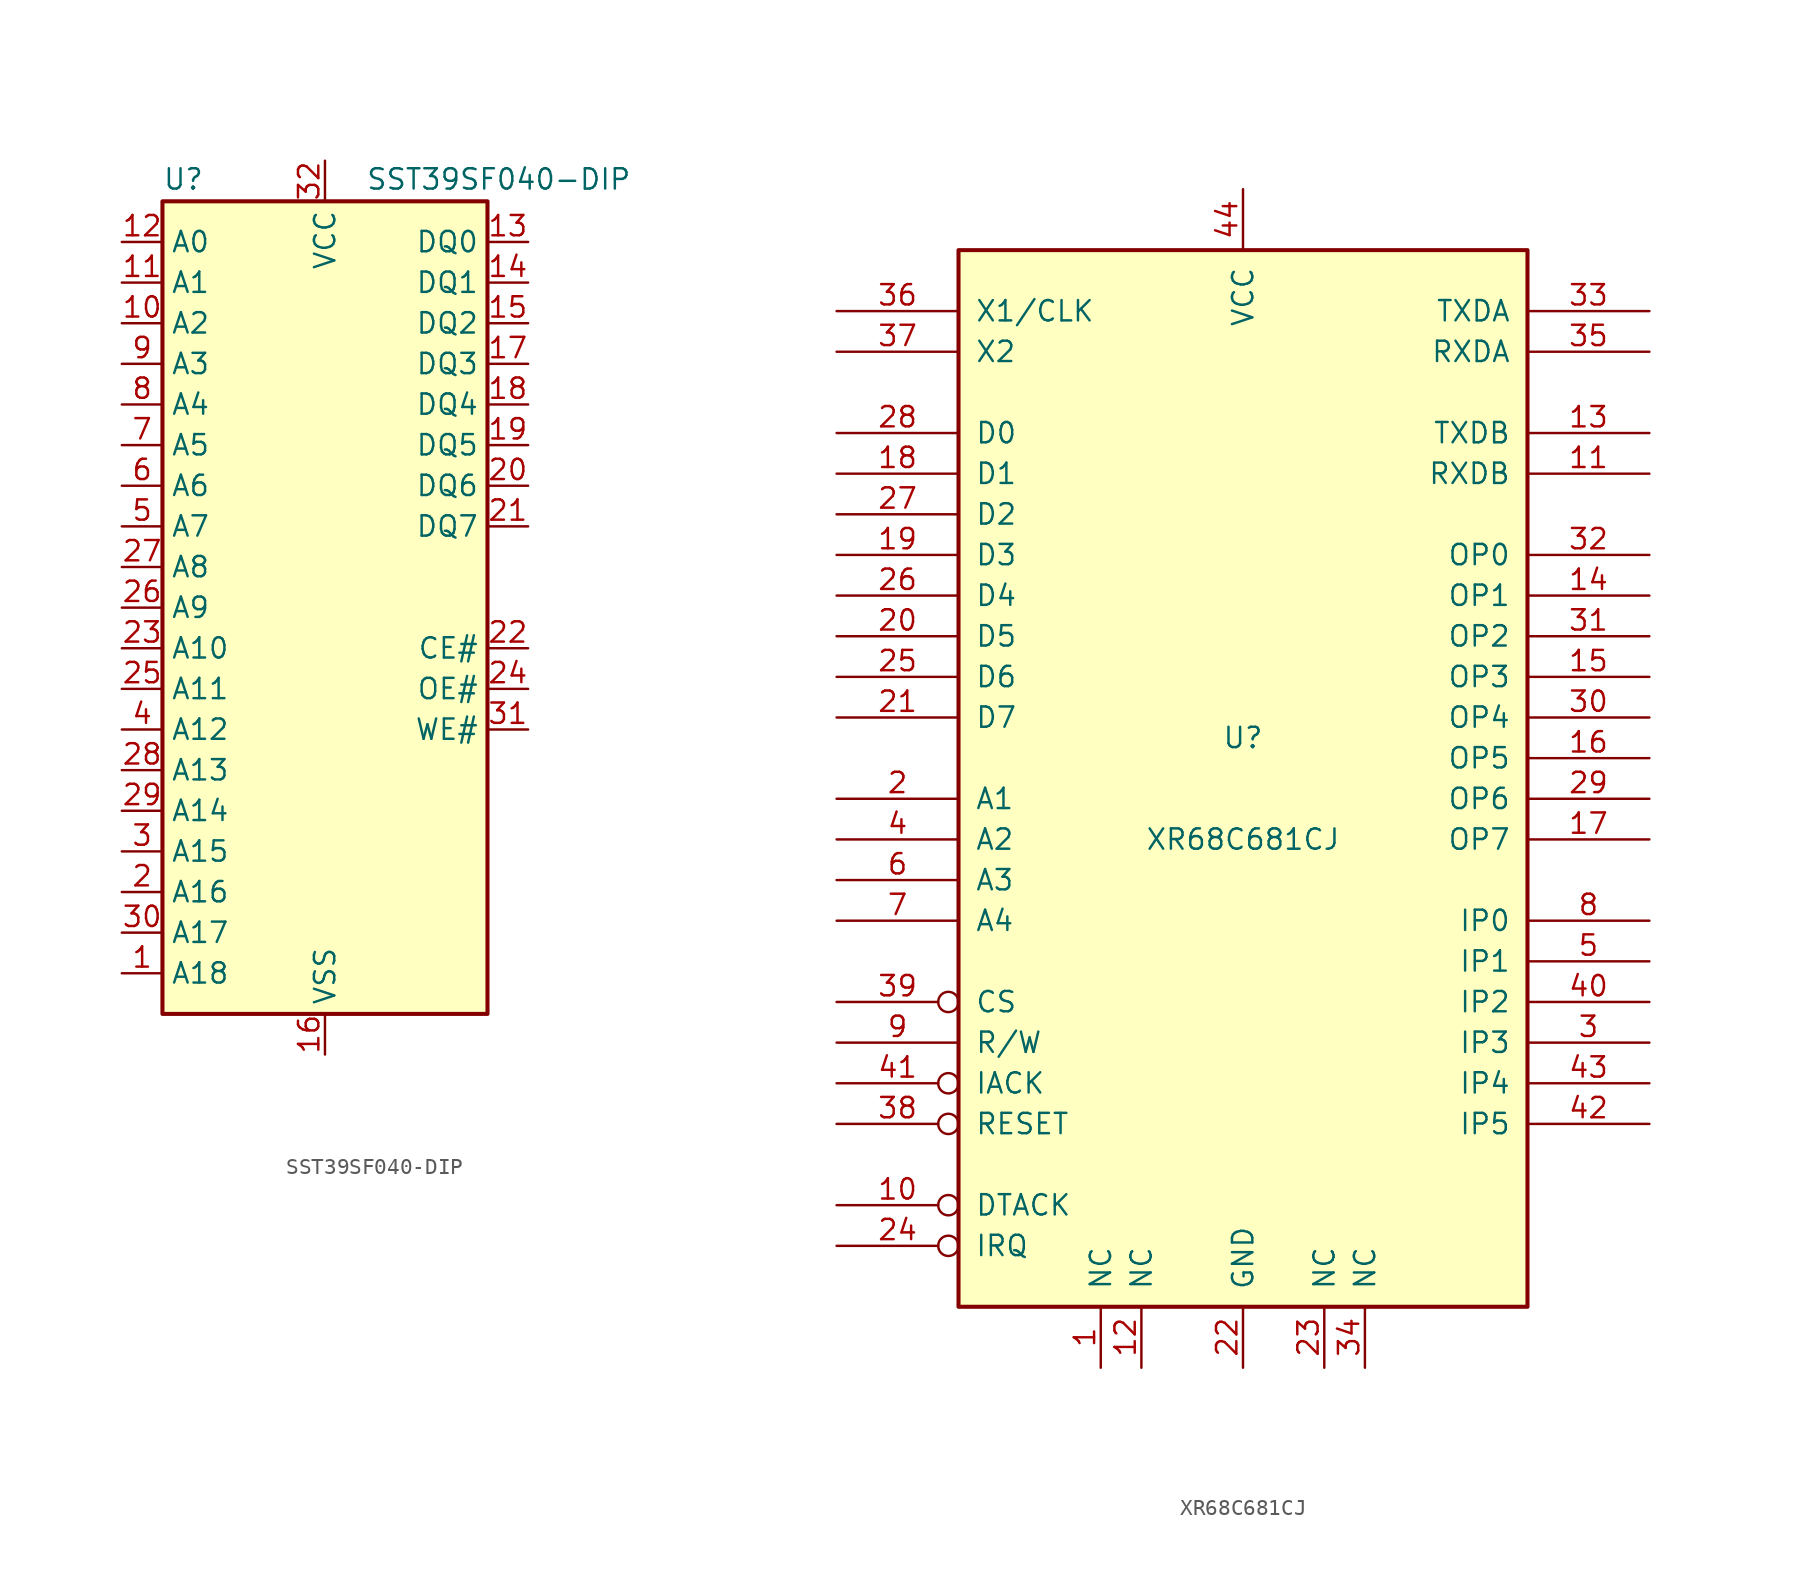
<source format=kicad_sym>
(kicad_symbol_lib
  (version 20211014)
  (generator kicad_symbol_editor)
  (symbol "SST39SF040-DIP"
    (property "Reference" "U"
      (at -10.16 26.035 0)
      (effects (font (size 1.27 1.27)) (justify left bottom)))
    (property "Value" "SST39SF040-DIP"
      (at 2.54 26.035 0)
      (effects (font (size 1.27 1.27)) (justify left bottom)))
    (symbol "SST39SF040-DIP_0_0"
      (pin power_in line (at 0 -27.94 90) (length 2.54) (name "VSS" (effects (font (size 1.27 1.27)))) (number "16" (effects (font (size 1.27 1.27)))))
      (pin power_in line (at 0 27.94 270) (length 2.54) (name "VCC" (effects (font (size 1.27 1.27)))) (number "32" (effects (font (size 1.27 1.27))))))
    (symbol "SST39SF040-DIP_0_1"
      (rectangle (start -10.16 25.4) (end 10.16 -25.4) (stroke (width 0.254) (type default) (color 0 0 0 0)) (fill (type background))))
    (symbol "SST39SF040-DIP_1_1"
      (pin input line (at -12.7 -22.86 0) (length 2.54) (name "A18" (effects (font (size 1.27 1.27)))) (number "1" (effects (font (size 1.27 1.27)))))
      (pin input line (at -12.7 17.78 0) (length 2.54) (name "A2" (effects (font (size 1.27 1.27)))) (number "10" (effects (font (size 1.27 1.27)))))
      (pin input line (at -12.7 20.32 0) (length 2.54) (name "A1" (effects (font (size 1.27 1.27)))) (number "11" (effects (font (size 1.27 1.27)))))
      (pin input line (at -12.7 22.86 0) (length 2.54) (name "A0" (effects (font (size 1.27 1.27)))) (number "12" (effects (font (size 1.27 1.27)))))
      (pin tri_state line (at 12.7 22.86 180) (length 2.54) (name "DQ0" (effects (font (size 1.27 1.27)))) (number "13" (effects (font (size 1.27 1.27)))))
      (pin tri_state line (at 12.7 20.32 180) (length 2.54) (name "DQ1" (effects (font (size 1.27 1.27)))) (number "14" (effects (font (size 1.27 1.27)))))
      (pin tri_state line (at 12.7 17.78 180) (length 2.54) (name "DQ2" (effects (font (size 1.27 1.27)))) (number "15" (effects (font (size 1.27 1.27)))))
      (pin tri_state line (at 12.7 15.24 180) (length 2.54) (name "DQ3" (effects (font (size 1.27 1.27)))) (number "17" (effects (font (size 1.27 1.27)))))
      (pin tri_state line (at 12.7 12.7 180) (length 2.54) (name "DQ4" (effects (font (size 1.27 1.27)))) (number "18" (effects (font (size 1.27 1.27)))))
      (pin tri_state line (at 12.7 10.16 180) (length 2.54) (name "DQ5" (effects (font (size 1.27 1.27)))) (number "19" (effects (font (size 1.27 1.27)))))
      (pin input line (at -12.7 -17.78 0) (length 2.54) (name "A16" (effects (font (size 1.27 1.27)))) (number "2" (effects (font (size 1.27 1.27)))))
      (pin tri_state line (at 12.7 7.62 180) (length 2.54) (name "DQ6" (effects (font (size 1.27 1.27)))) (number "20" (effects (font (size 1.27 1.27)))))
      (pin tri_state line (at 12.7 5.08 180) (length 2.54) (name "DQ7" (effects (font (size 1.27 1.27)))) (number "21" (effects (font (size 1.27 1.27)))))
      (pin input line (at 12.7 -2.54 180) (length 2.54) (name "CE#" (effects (font (size 1.27 1.27)))) (number "22" (effects (font (size 1.27 1.27)))))
      (pin input line (at -12.7 -2.54 0) (length 2.54) (name "A10" (effects (font (size 1.27 1.27)))) (number "23" (effects (font (size 1.27 1.27)))))
      (pin input line (at 12.7 -5.08 180) (length 2.54) (name "OE#" (effects (font (size 1.27 1.27)))) (number "24" (effects (font (size 1.27 1.27)))))
      (pin input line (at -12.7 -5.08 0) (length 2.54) (name "A11" (effects (font (size 1.27 1.27)))) (number "25" (effects (font (size 1.27 1.27)))))
      (pin input line (at -12.7 0 0) (length 2.54) (name "A9" (effects (font (size 1.27 1.27)))) (number "26" (effects (font (size 1.27 1.27)))))
      (pin input line (at -12.7 2.54 0) (length 2.54) (name "A8" (effects (font (size 1.27 1.27)))) (number "27" (effects (font (size 1.27 1.27)))))
      (pin input line (at -12.7 -10.16 0) (length 2.54) (name "A13" (effects (font (size 1.27 1.27)))) (number "28" (effects (font (size 1.27 1.27)))))
      (pin input line (at -12.7 -12.7 0) (length 2.54) (name "A14" (effects (font (size 1.27 1.27)))) (number "29" (effects (font (size 1.27 1.27)))))
      (pin input line (at -12.7 -15.24 0) (length 2.54) (name "A15" (effects (font (size 1.27 1.27)))) (number "3" (effects (font (size 1.27 1.27)))))
      (pin input line (at -12.7 -20.32 0) (length 2.54) (name "A17" (effects (font (size 1.27 1.27)))) (number "30" (effects (font (size 1.27 1.27)))))
      (pin input line (at 12.7 -7.62 180) (length 2.54) (name "WE#" (effects (font (size 1.27 1.27)))) (number "31" (effects (font (size 1.27 1.27)))))
      (pin input line (at -12.7 -7.62 0) (length 2.54) (name "A12" (effects (font (size 1.27 1.27)))) (number "4" (effects (font (size 1.27 1.27)))))
      (pin input line (at -12.7 5.08 0) (length 2.54) (name "A7" (effects (font (size 1.27 1.27)))) (number "5" (effects (font (size 1.27 1.27)))))
      (pin input line (at -12.7 7.62 0) (length 2.54) (name "A6" (effects (font (size 1.27 1.27)))) (number "6" (effects (font (size 1.27 1.27)))))
      (pin input line (at -12.7 10.16 0) (length 2.54) (name "A5" (effects (font (size 1.27 1.27)))) (number "7" (effects (font (size 1.27 1.27)))))
      (pin input line (at -12.7 12.7 0) (length 2.54) (name "A4" (effects (font (size 1.27 1.27)))) (number "8" (effects (font (size 1.27 1.27)))))
      (pin input line (at -12.7 15.24 0) (length 2.54) (name "A3" (effects (font (size 1.27 1.27)))) (number "9" (effects (font (size 1.27 1.27)))))))
  (symbol "XR68C681CJ"
    (pin_names
      (offset 1.016))
    (property "Reference" "U"
      (at 0 3.81 0)
      (effects (font (size 1.27 1.27))))
    (property "Value" "XR68C681CJ"
      (at 0 -2.54 0)
      (effects (font (size 1.27 1.27))))
    (symbol "XR68C681CJ_0_1"
      (rectangle (start -17.78 -31.75) (end 17.78 34.29) (stroke (width 0.254) (type default) (color 0 0 0 0)) (fill (type background))))
    (symbol "XR68C681CJ_1_1"
      (pin input line (at -8.89 -35.56 90) (length 3.81) (name "NC" (effects (font (size 1.27 1.27)))) (number "1" (effects (font (size 1.27 1.27)))))
      (pin output inverted (at -25.4 -25.4 0) (length 7.62) (name "DTACK" (effects (font (size 1.27 1.27)))) (number "10" (effects (font (size 1.27 1.27)))))
      (pin input line (at 25.4 20.32 180) (length 7.62) (name "RXDB" (effects (font (size 1.27 1.27)))) (number "11" (effects (font (size 1.27 1.27)))))
      (pin input line (at -6.35 -35.56 90) (length 3.81) (name "NC" (effects (font (size 1.27 1.27)))) (number "12" (effects (font (size 1.27 1.27)))))
      (pin output line (at 25.4 22.86 180) (length 7.62) (name "TXDB" (effects (font (size 1.27 1.27)))) (number "13" (effects (font (size 1.27 1.27)))))
      (pin output line (at 25.4 12.7 180) (length 7.62) (name "OP1" (effects (font (size 1.27 1.27)))) (number "14" (effects (font (size 1.27 1.27)))))
      (pin output line (at 25.4 7.62 180) (length 7.62) (name "OP3" (effects (font (size 1.27 1.27)))) (number "15" (effects (font (size 1.27 1.27)))))
      (pin output line (at 25.4 2.54 180) (length 7.62) (name "OP5" (effects (font (size 1.27 1.27)))) (number "16" (effects (font (size 1.27 1.27)))))
      (pin output line (at 25.4 -2.54 180) (length 7.62) (name "OP7" (effects (font (size 1.27 1.27)))) (number "17" (effects (font (size 1.27 1.27)))))
      (pin tri_state line (at -25.4 20.32 0) (length 7.62) (name "D1" (effects (font (size 1.27 1.27)))) (number "18" (effects (font (size 1.27 1.27)))))
      (pin tri_state line (at -25.4 15.24 0) (length 7.62) (name "D3" (effects (font (size 1.27 1.27)))) (number "19" (effects (font (size 1.27 1.27)))))
      (pin input line (at -25.4 0 0) (length 7.62) (name "A1" (effects (font (size 1.27 1.27)))) (number "2" (effects (font (size 1.27 1.27)))))
      (pin tri_state line (at -25.4 10.16 0) (length 7.62) (name "D5" (effects (font (size 1.27 1.27)))) (number "20" (effects (font (size 1.27 1.27)))))
      (pin tri_state line (at -25.4 5.08 0) (length 7.62) (name "D7" (effects (font (size 1.27 1.27)))) (number "21" (effects (font (size 1.27 1.27)))))
      (pin power_in line (at 0 -35.56 90) (length 3.81) (name "GND" (effects (font (size 1.27 1.27)))) (number "22" (effects (font (size 1.27 1.27)))))
      (pin input line (at 5.08 -35.56 90) (length 3.81) (name "NC" (effects (font (size 1.27 1.27)))) (number "23" (effects (font (size 1.27 1.27)))))
      (pin open_collector inverted (at -25.4 -27.94 0) (length 7.62) (name "IRQ" (effects (font (size 1.27 1.27)))) (number "24" (effects (font (size 1.27 1.27)))))
      (pin tri_state line (at -25.4 7.62 0) (length 7.62) (name "D6" (effects (font (size 1.27 1.27)))) (number "25" (effects (font (size 1.27 1.27)))))
      (pin tri_state line (at -25.4 12.7 0) (length 7.62) (name "D4" (effects (font (size 1.27 1.27)))) (number "26" (effects (font (size 1.27 1.27)))))
      (pin tri_state line (at -25.4 17.78 0) (length 7.62) (name "D2" (effects (font (size 1.27 1.27)))) (number "27" (effects (font (size 1.27 1.27)))))
      (pin tri_state line (at -25.4 22.86 0) (length 7.62) (name "D0" (effects (font (size 1.27 1.27)))) (number "28" (effects (font (size 1.27 1.27)))))
      (pin output line (at 25.4 0 180) (length 7.62) (name "OP6" (effects (font (size 1.27 1.27)))) (number "29" (effects (font (size 1.27 1.27)))))
      (pin input line (at 25.4 -15.24 180) (length 7.62) (name "IP3" (effects (font (size 1.27 1.27)))) (number "3" (effects (font (size 1.27 1.27)))))
      (pin output line (at 25.4 5.08 180) (length 7.62) (name "OP4" (effects (font (size 1.27 1.27)))) (number "30" (effects (font (size 1.27 1.27)))))
      (pin output line (at 25.4 10.16 180) (length 7.62) (name "OP2" (effects (font (size 1.27 1.27)))) (number "31" (effects (font (size 1.27 1.27)))))
      (pin output line (at 25.4 15.24 180) (length 7.62) (name "OP0" (effects (font (size 1.27 1.27)))) (number "32" (effects (font (size 1.27 1.27)))))
      (pin output line (at 25.4 30.48 180) (length 7.62) (name "TXDA" (effects (font (size 1.27 1.27)))) (number "33" (effects (font (size 1.27 1.27)))))
      (pin input line (at 7.62 -35.56 90) (length 3.81) (name "NC" (effects (font (size 1.27 1.27)))) (number "34" (effects (font (size 1.27 1.27)))))
      (pin input line (at 25.4 27.94 180) (length 7.62) (name "RXDA" (effects (font (size 1.27 1.27)))) (number "35" (effects (font (size 1.27 1.27)))))
      (pin input line (at -25.4 30.48 0) (length 7.62) (name "X1/CLK" (effects (font (size 1.27 1.27)))) (number "36" (effects (font (size 1.27 1.27)))))
      (pin input line (at -25.4 27.94 0) (length 7.62) (name "X2" (effects (font (size 1.27 1.27)))) (number "37" (effects (font (size 1.27 1.27)))))
      (pin input inverted (at -25.4 -20.32 0) (length 7.62) (name "RESET" (effects (font (size 1.27 1.27)))) (number "38" (effects (font (size 1.27 1.27)))))
      (pin input inverted (at -25.4 -12.7 0) (length 7.62) (name "CS" (effects (font (size 1.27 1.27)))) (number "39" (effects (font (size 1.27 1.27)))))
      (pin input line (at -25.4 -2.54 0) (length 7.62) (name "A2" (effects (font (size 1.27 1.27)))) (number "4" (effects (font (size 1.27 1.27)))))
      (pin input line (at 25.4 -12.7 180) (length 7.62) (name "IP2" (effects (font (size 1.27 1.27)))) (number "40" (effects (font (size 1.27 1.27)))))
      (pin input inverted (at -25.4 -17.78 0) (length 7.62) (name "IACK" (effects (font (size 1.27 1.27)))) (number "41" (effects (font (size 1.27 1.27)))))
      (pin input line (at 25.4 -20.32 180) (length 7.62) (name "IP5" (effects (font (size 1.27 1.27)))) (number "42" (effects (font (size 1.27 1.27)))))
      (pin input line (at 25.4 -17.78 180) (length 7.62) (name "IP4" (effects (font (size 1.27 1.27)))) (number "43" (effects (font (size 1.27 1.27)))))
      (pin power_in line (at 0 38.1 270) (length 3.81) (name "VCC" (effects (font (size 1.27 1.27)))) (number "44" (effects (font (size 1.27 1.27)))))
      (pin input line (at 25.4 -10.16 180) (length 7.62) (name "IP1" (effects (font (size 1.27 1.27)))) (number "5" (effects (font (size 1.27 1.27)))))
      (pin input line (at -25.4 -5.08 0) (length 7.62) (name "A3" (effects (font (size 1.27 1.27)))) (number "6" (effects (font (size 1.27 1.27)))))
      (pin input line (at -25.4 -7.62 0) (length 7.62) (name "A4" (effects (font (size 1.27 1.27)))) (number "7" (effects (font (size 1.27 1.27)))))
      (pin input line (at 25.4 -7.62 180) (length 7.62) (name "IP0" (effects (font (size 1.27 1.27)))) (number "8" (effects (font (size 1.27 1.27)))))
      (pin input line (at -25.4 -15.24 0) (length 7.62) (name "R/W" (effects (font (size 1.27 1.27)))) (number "9" (effects (font (size 1.27 1.27))))))))
</source>
